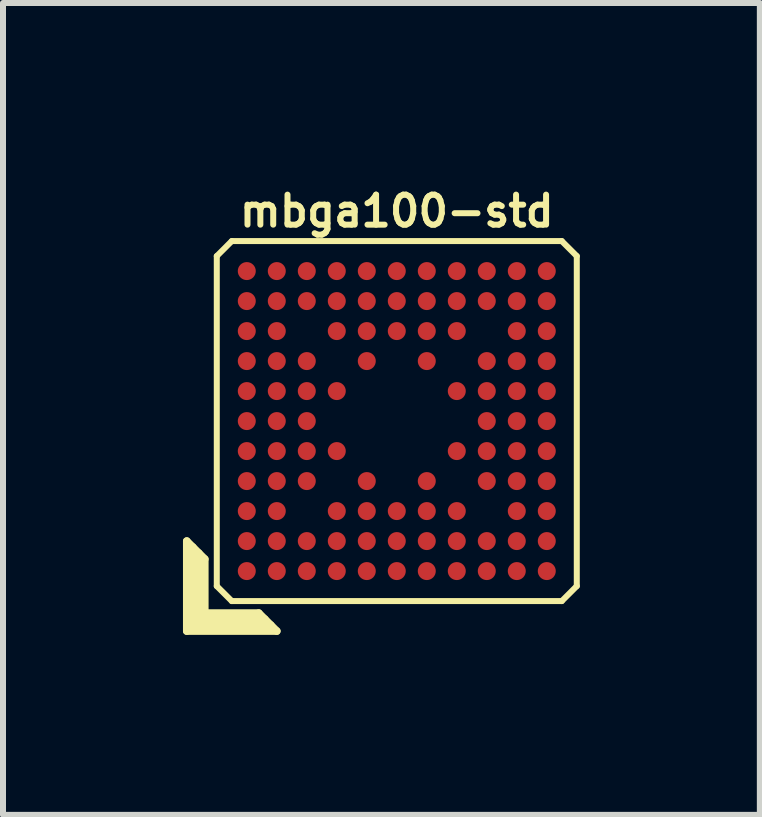
<source format=kicad_pcb>
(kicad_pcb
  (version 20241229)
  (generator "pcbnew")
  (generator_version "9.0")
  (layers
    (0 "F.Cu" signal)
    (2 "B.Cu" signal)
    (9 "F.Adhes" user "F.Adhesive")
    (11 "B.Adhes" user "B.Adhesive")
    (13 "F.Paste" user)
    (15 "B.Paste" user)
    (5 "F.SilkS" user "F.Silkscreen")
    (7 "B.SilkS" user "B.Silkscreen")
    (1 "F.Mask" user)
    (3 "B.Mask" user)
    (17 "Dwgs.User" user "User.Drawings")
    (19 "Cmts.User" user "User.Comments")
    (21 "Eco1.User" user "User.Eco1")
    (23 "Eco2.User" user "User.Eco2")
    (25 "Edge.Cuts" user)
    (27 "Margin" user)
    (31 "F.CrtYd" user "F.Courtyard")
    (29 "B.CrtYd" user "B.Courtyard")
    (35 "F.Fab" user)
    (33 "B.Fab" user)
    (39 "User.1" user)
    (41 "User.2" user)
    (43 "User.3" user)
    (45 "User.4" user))
  (footprint "mbga100-std"
    (layer "F.Cu")
    (at 3.563 3.968)
    (property "Reference" "mbga100-std" (at 0 -3.5 0) (layer "F.SilkS") (effects (font (size 0.5 0.5) (thickness 0.1))))
    (attr through_hole)
    (fp_line (start -3.5 2) (end -3.2 2.3) (stroke (width 0.127) (type solid)) (layer "F.SilkS"))
    (fp_line (start -3.5 3.5) (end -3.5 2) (stroke (width 0.127) (type solid)) (layer "F.SilkS"))
    (fp_line (start -3.4 2.1) (end -3.4 3.4) (stroke (width 0.127) (type solid)) (layer "F.SilkS"))
    (fp_line (start -3.4 3.4) (end -2.1 3.4) (stroke (width 0.127) (type solid)) (layer "F.SilkS"))
    (fp_line (start -3.3 3.3) (end -3.3 2.2) (stroke (width 0.127) (type solid)) (layer "F.SilkS"))
    (fp_line (start -3.2 2.3) (end -3.2 3.2) (stroke (width 0.127) (type solid)) (layer "F.SilkS"))
    (fp_line (start -3.2 3.2) (end -2.3 3.2) (stroke (width 0.127) (type solid)) (layer "F.SilkS"))
    (fp_line (start -3 -2.75) (end -3 2.75) (stroke (width 0.1) (type solid)) (layer "F.SilkS"))
    (fp_line (start -3 -2.75) (end -2.75 -3) (stroke (width 0.1) (type solid)) (layer "F.SilkS"))
    (fp_line (start -2.75 3) (end -3 2.75) (stroke (width 0.1) (type solid)) (layer "F.SilkS"))
    (fp_line (start -2.75 3) (end 2.75 3) (stroke (width 0.1) (type solid)) (layer "F.SilkS"))
    (fp_line (start -2.3 3.2) (end -2 3.5) (stroke (width 0.127) (type solid)) (layer "F.SilkS"))
    (fp_line (start -2.2 3.3) (end -3.3 3.3) (stroke (width 0.127) (type solid)) (layer "F.SilkS"))
    (fp_line (start -2 3.5) (end -3.5 3.5) (stroke (width 0.127) (type solid)) (layer "F.SilkS"))
    (fp_line (start 2.75 -3) (end -2.75 -3) (stroke (width 0.1) (type solid)) (layer "F.SilkS"))
    (fp_line (start 2.75 -3) (end 3 -2.75) (stroke (width 0.1) (type solid)) (layer "F.SilkS"))
    (fp_line (start 3 2.75) (end 2.75 3) (stroke (width 0.1) (type solid)) (layer "F.SilkS"))
    (fp_line (start 3 2.75) (end 3 -2.75) (stroke (width 0.1) (type solid)) (layer "F.SilkS"))
    (pad "A1" smd circle (at -2.5 2.5) (size 0.3 0.3) (layers "F.Cu" "F.Mask" "F.Paste"))
    (pad "A2" smd circle (at -2.5 2) (size 0.3 0.3) (layers "F.Cu" "F.Mask" "F.Paste"))
    (pad "A3" smd circle (at -2.5 1.5) (size 0.3 0.3) (layers "F.Cu" "F.Mask" "F.Paste"))
    (pad "A4" smd circle (at -2.5 1) (size 0.3 0.3) (layers "F.Cu" "F.Mask" "F.Paste"))
    (pad "A5" smd circle (at -2.5 0.5) (size 0.3 0.3) (layers "F.Cu" "F.Mask" "F.Paste"))
    (pad "A6" smd circle (at -2.5 0) (size 0.3 0.3) (layers "F.Cu" "F.Mask" "F.Paste"))
    (pad "A7" smd circle (at -2.5 -0.5) (size 0.3 0.3) (layers "F.Cu" "F.Mask" "F.Paste"))
    (pad "A8" smd circle (at -2.5 -1) (size 0.3 0.3) (layers "F.Cu" "F.Mask" "F.Paste"))
    (pad "A9" smd circle (at -2.5 -1.5) (size 0.3 0.3) (layers "F.Cu" "F.Mask" "F.Paste"))
    (pad "A10" smd circle (at -2.5 -2) (size 0.3 0.3) (layers "F.Cu" "F.Mask" "F.Paste"))
    (pad "A11" smd circle (at -2.5 -2.5) (size 0.3 0.3) (layers "F.Cu" "F.Mask" "F.Paste"))
    (pad "B1" smd circle (at -2 2.5) (size 0.3 0.3) (layers "F.Cu" "F.Mask" "F.Paste"))
    (pad "B2" smd circle (at -2 2) (size 0.3 0.3) (layers "F.Cu" "F.Mask" "F.Paste"))
    (pad "B3" smd circle (at -2 1.5) (size 0.3 0.3) (layers "F.Cu" "F.Mask" "F.Paste"))
    (pad "B4" smd circle (at -2 1) (size 0.3 0.3) (layers "F.Cu" "F.Mask" "F.Paste"))
    (pad "B5" smd circle (at -2 0.5) (size 0.3 0.3) (layers "F.Cu" "F.Mask" "F.Paste"))
    (pad "B6" smd circle (at -2 0) (size 0.3 0.3) (layers "F.Cu" "F.Mask" "F.Paste"))
    (pad "B7" smd circle (at -2 -0.5) (size 0.3 0.3) (layers "F.Cu" "F.Mask" "F.Paste"))
    (pad "B8" smd circle (at -2 -1) (size 0.3 0.3) (layers "F.Cu" "F.Mask" "F.Paste"))
    (pad "B9" smd circle (at -2 -1.5) (size 0.3 0.3) (layers "F.Cu" "F.Mask" "F.Paste"))
    (pad "B10" smd circle (at -2 -2) (size 0.3 0.3) (layers "F.Cu" "F.Mask" "F.Paste"))
    (pad "B11" smd circle (at -2 -2.5) (size 0.3 0.3) (layers "F.Cu" "F.Mask" "F.Paste"))
    (pad "C1" smd circle (at -1.5 2.5) (size 0.3 0.3) (layers "F.Cu" "F.Mask" "F.Paste"))
    (pad "C2" smd circle (at -1.5 2) (size 0.3 0.3) (layers "F.Cu" "F.Mask" "F.Paste"))
    (pad "C4" smd circle (at -1.5 1) (size 0.3 0.3) (layers "F.Cu" "F.Mask" "F.Paste"))
    (pad "C5" smd circle (at -1.5 0.5) (size 0.3 0.3) (layers "F.Cu" "F.Mask" "F.Paste"))
    (pad "C6" smd circle (at -1.5 0) (size 0.3 0.3) (layers "F.Cu" "F.Mask" "F.Paste"))
    (pad "C7" smd circle (at -1.5 -0.5) (size 0.3 0.3) (layers "F.Cu" "F.Mask" "F.Paste"))
    (pad "C8" smd circle (at -1.5 -1) (size 0.3 0.3) (layers "F.Cu" "F.Mask" "F.Paste"))
    (pad "C10" smd circle (at -1.5 -2) (size 0.3 0.3) (layers "F.Cu" "F.Mask" "F.Paste"))
    (pad "C11" smd circle (at -1.5 -2.5) (size 0.3 0.3) (layers "F.Cu" "F.Mask" "F.Paste"))
    (pad "D1" smd circle (at -1 2.5) (size 0.3 0.3) (layers "F.Cu" "F.Mask" "F.Paste"))
    (pad "D2" smd circle (at -1 2) (size 0.3 0.3) (layers "F.Cu" "F.Mask" "F.Paste"))
    (pad "D3" smd circle (at -1 1.5) (size 0.3 0.3) (layers "F.Cu" "F.Mask" "F.Paste"))
    (pad "D5" smd circle (at -1 0.5) (size 0.3 0.3) (layers "F.Cu" "F.Mask" "F.Paste"))
    (pad "D7" smd circle (at -1 -0.5) (size 0.3 0.3) (layers "F.Cu" "F.Mask" "F.Paste"))
    (pad "D9" smd circle (at -1 -1.5) (size 0.3 0.3) (layers "F.Cu" "F.Mask" "F.Paste"))
    (pad "D10" smd circle (at -1 -2) (size 0.3 0.3) (layers "F.Cu" "F.Mask" "F.Paste"))
    (pad "D11" smd circle (at -1 -2.5) (size 0.3 0.3) (layers "F.Cu" "F.Mask" "F.Paste"))
    (pad "E1" smd circle (at -0.5 2.5) (size 0.3 0.3) (layers "F.Cu" "F.Mask" "F.Paste"))
    (pad "E2" smd circle (at -0.5 2) (size 0.3 0.3) (layers "F.Cu" "F.Mask" "F.Paste"))
    (pad "E3" smd circle (at -0.5 1.5) (size 0.3 0.3) (layers "F.Cu" "F.Mask" "F.Paste"))
    (pad "E4" smd circle (at -0.5 1) (size 0.3 0.3) (layers "F.Cu" "F.Mask" "F.Paste"))
    (pad "E8" smd circle (at -0.5 -1) (size 0.3 0.3) (layers "F.Cu" "F.Mask" "F.Paste"))
    (pad "E9" smd circle (at -0.5 -1.5) (size 0.3 0.3) (layers "F.Cu" "F.Mask" "F.Paste"))
    (pad "E10" smd circle (at -0.5 -2) (size 0.3 0.3) (layers "F.Cu" "F.Mask" "F.Paste"))
    (pad "E11" smd circle (at -0.5 -2.5) (size 0.3 0.3) (layers "F.Cu" "F.Mask" "F.Paste"))
    (pad "F1" smd circle (at 0 2.5) (size 0.3 0.3) (layers "F.Cu" "F.Mask" "F.Paste"))
    (pad "F2" smd circle (at 0 2) (size 0.3 0.3) (layers "F.Cu" "F.Mask" "F.Paste"))
    (pad "F3" smd circle (at 0 1.5) (size 0.3 0.3) (layers "F.Cu" "F.Mask" "F.Paste"))
    (pad "F9" smd circle (at 0 -1.5) (size 0.3 0.3) (layers "F.Cu" "F.Mask" "F.Paste"))
    (pad "F10" smd circle (at 0 -2) (size 0.3 0.3) (layers "F.Cu" "F.Mask" "F.Paste"))
    (pad "F11" smd circle (at 0 -2.5) (size 0.3 0.3) (layers "F.Cu" "F.Mask" "F.Paste"))
    (pad "G1" smd circle (at 0.5 2.5) (size 0.3 0.3) (layers "F.Cu" "F.Mask" "F.Paste"))
    (pad "G2" smd circle (at 0.5 2) (size 0.3 0.3) (layers "F.Cu" "F.Mask" "F.Paste"))
    (pad "G3" smd circle (at 0.5 1.5) (size 0.3 0.3) (layers "F.Cu" "F.Mask" "F.Paste"))
    (pad "G4" smd circle (at 0.5 1) (size 0.3 0.3) (layers "F.Cu" "F.Mask" "F.Paste"))
    (pad "G8" smd circle (at 0.5 -1) (size 0.3 0.3) (layers "F.Cu" "F.Mask" "F.Paste"))
    (pad "G9" smd circle (at 0.5 -1.5) (size 0.3 0.3) (layers "F.Cu" "F.Mask" "F.Paste"))
    (pad "G10" smd circle (at 0.5 -2) (size 0.3 0.3) (layers "F.Cu" "F.Mask" "F.Paste"))
    (pad "G11" smd circle (at 0.5 -2.5) (size 0.3 0.3) (layers "F.Cu" "F.Mask" "F.Paste"))
    (pad "H1" smd circle (at 1 2.5) (size 0.3 0.3) (layers "F.Cu" "F.Mask" "F.Paste"))
    (pad "H2" smd circle (at 1 2) (size 0.3 0.3) (layers "F.Cu" "F.Mask" "F.Paste"))
    (pad "H3" smd circle (at 1 1.5) (size 0.3 0.3) (layers "F.Cu" "F.Mask" "F.Paste"))
    (pad "H5" smd circle (at 1 0.5) (size 0.3 0.3) (layers "F.Cu" "F.Mask" "F.Paste"))
    (pad "H7" smd circle (at 1 -0.5) (size 0.3 0.3) (layers "F.Cu" "F.Mask" "F.Paste"))
    (pad "H9" smd circle (at 1 -1.5) (size 0.3 0.3) (layers "F.Cu" "F.Mask" "F.Paste"))
    (pad "H10" smd circle (at 1 -2) (size 0.3 0.3) (layers "F.Cu" "F.Mask" "F.Paste"))
    (pad "H11" smd circle (at 1 -2.5) (size 0.3 0.3) (layers "F.Cu" "F.Mask" "F.Paste"))
    (pad "J1" smd circle (at 1.5 2.5) (size 0.3 0.3) (layers "F.Cu" "F.Mask" "F.Paste"))
    (pad "J2" smd circle (at 1.5 2) (size 0.3 0.3) (layers "F.Cu" "F.Mask" "F.Paste"))
    (pad "J4" smd circle (at 1.5 1) (size 0.3 0.3) (layers "F.Cu" "F.Mask" "F.Paste"))
    (pad "J5" smd circle (at 1.5 0.5) (size 0.3 0.3) (layers "F.Cu" "F.Mask" "F.Paste"))
    (pad "J6" smd circle (at 1.5 0) (size 0.3 0.3) (layers "F.Cu" "F.Mask" "F.Paste"))
    (pad "J7" smd circle (at 1.5 -0.5) (size 0.3 0.3) (layers "F.Cu" "F.Mask" "F.Paste"))
    (pad "J8" smd circle (at 1.5 -1) (size 0.3 0.3) (layers "F.Cu" "F.Mask" "F.Paste"))
    (pad "J10" smd circle (at 1.5 -2) (size 0.3 0.3) (layers "F.Cu" "F.Mask" "F.Paste"))
    (pad "J11" smd circle (at 1.5 -2.5) (size 0.3 0.3) (layers "F.Cu" "F.Mask" "F.Paste"))
    (pad "K1" smd circle (at 2 2.5) (size 0.3 0.3) (layers "F.Cu" "F.Mask" "F.Paste"))
    (pad "K2" smd circle (at 2 2) (size 0.3 0.3) (layers "F.Cu" "F.Mask" "F.Paste"))
    (pad "K3" smd circle (at 2 1.5) (size 0.3 0.3) (layers "F.Cu" "F.Mask" "F.Paste"))
    (pad "K4" smd circle (at 2 1) (size 0.3 0.3) (layers "F.Cu" "F.Mask" "F.Paste"))
    (pad "K5" smd circle (at 2 0.5) (size 0.3 0.3) (layers "F.Cu" "F.Mask" "F.Paste"))
    (pad "K6" smd circle (at 2 0) (size 0.3 0.3) (layers "F.Cu" "F.Mask" "F.Paste"))
    (pad "K7" smd circle (at 2 -0.5) (size 0.3 0.3) (layers "F.Cu" "F.Mask" "F.Paste"))
    (pad "K8" smd circle (at 2 -1) (size 0.3 0.3) (layers "F.Cu" "F.Mask" "F.Paste"))
    (pad "K9" smd circle (at 2 -1.5) (size 0.3 0.3) (layers "F.Cu" "F.Mask" "F.Paste"))
    (pad "K10" smd circle (at 2 -2) (size 0.3 0.3) (layers "F.Cu" "F.Mask" "F.Paste"))
    (pad "K11" smd circle (at 2 -2.5) (size 0.3 0.3) (layers "F.Cu" "F.Mask" "F.Paste"))
    (pad "L1" smd circle (at 2.5 2.5) (size 0.3 0.3) (layers "F.Cu" "F.Mask" "F.Paste"))
    (pad "L2" smd circle (at 2.5 2) (size 0.3 0.3) (layers "F.Cu" "F.Mask" "F.Paste"))
    (pad "L3" smd circle (at 2.5 1.5) (size 0.3 0.3) (layers "F.Cu" "F.Mask" "F.Paste"))
    (pad "L4" smd circle (at 2.5 1) (size 0.3 0.3) (layers "F.Cu" "F.Mask" "F.Paste"))
    (pad "L5" smd circle (at 2.5 0.5) (size 0.3 0.3) (layers "F.Cu" "F.Mask" "F.Paste"))
    (pad "L6" smd circle (at 2.5 0) (size 0.3 0.3) (layers "F.Cu" "F.Mask" "F.Paste"))
    (pad "L7" smd circle (at 2.5 -0.5) (size 0.3 0.3) (layers "F.Cu" "F.Mask" "F.Paste"))
    (pad "L8" smd circle (at 2.5 -1) (size 0.3 0.3) (layers "F.Cu" "F.Mask" "F.Paste"))
    (pad "L9" smd circle (at 2.5 -1.5) (size 0.3 0.3) (layers "F.Cu" "F.Mask" "F.Paste"))
    (pad "L10" smd circle (at 2.5 -2) (size 0.3 0.3) (layers "F.Cu" "F.Mask" "F.Paste"))
    (pad "L11" smd circle (at 2.5 -2.5) (size 0.3 0.3) (layers "F.Cu" "F.Mask" "F.Paste")))
  (gr_rect
    (start -3 -3)
    (end 9.614 10.531)
    (stroke (width 0.1) (type default))
    (fill no)
    (layer "Edge.Cuts")))
</source>
